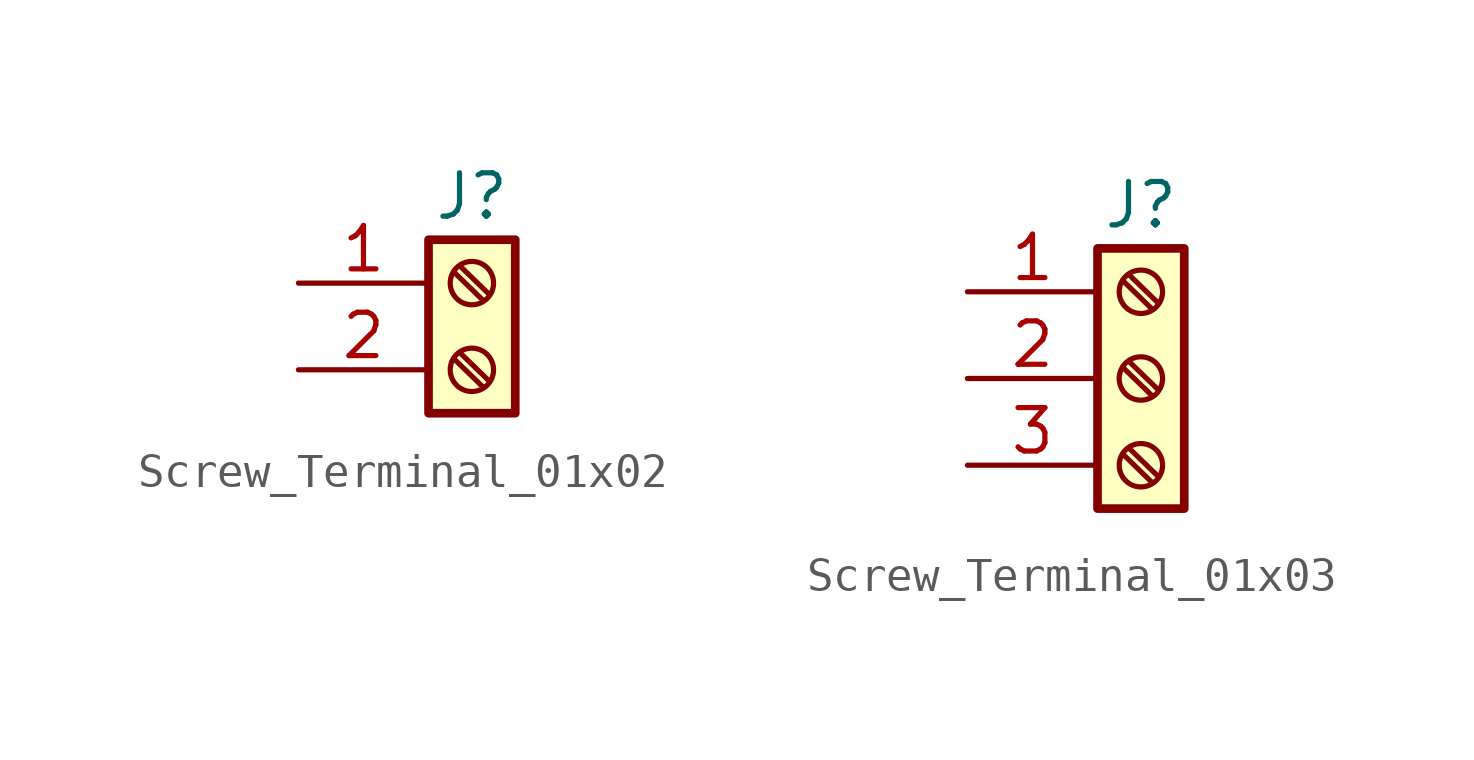
<source format=kicad_sym>
(kicad_symbol_lib
  (version 20211014)
  (generator kicad_symbol_editor)
  (symbol "Screw_Terminal_01x02"
    (pin_names
      (offset 1.016) hide)
    (property "Reference" "J"
      (at 0 2.54 0)
      (effects (font (size 1.27 1.27))))
    (symbol "Screw_Terminal_01x02_1_1"
      (rectangle (start -1.27 1.27) (end 1.27 -3.81) (stroke (width 0.254) (type default) (color 0 0 0 0)) (fill (type background)))
      (circle (center 0 -2.54) (radius 0.635) (stroke (width 0.152) (type default) (color 0 0 0 0)) (fill (type none)))
      (polyline (pts (xy -0.533 -2.21) (xy 0.33 -3.048)) (stroke (width 0.152) (type default) (color 0 0 0 0)) (fill (type none)))
      (polyline (pts (xy -0.533 0.33) (xy 0.33 -0.508)) (stroke (width 0.152) (type default) (color 0 0 0 0)) (fill (type none)))
      (polyline (pts (xy -0.356 -2.032) (xy 0.508 -2.87)) (stroke (width 0.152) (type default) (color 0 0 0 0)) (fill (type none)))
      (polyline (pts (xy -0.356 0.508) (xy 0.508 -0.33)) (stroke (width 0.152) (type default) (color 0 0 0 0)) (fill (type none)))
      (circle (center 0 0) (radius 0.635) (stroke (width 0.152) (type default) (color 0 0 0 0)) (fill (type none)))
      (pin passive line (at -5.08 0 0) (length 3.81) (name "Pin_1" (effects (font (size 1.27 1.27)))) (number "1" (effects (font (size 1.27 1.27)))))
      (pin passive line (at -5.08 -2.54 0) (length 3.81) (name "Pin_2" (effects (font (size 1.27 1.27)))) (number "2" (effects (font (size 1.27 1.27)))))))
  (symbol "Screw_Terminal_01x03"
    (pin_names
      (offset 1.016) hide)
    (property "Reference" "J"
      (at 0 5.08 0)
      (effects (font (size 1.27 1.27))))
    (symbol "Screw_Terminal_01x03_1_1"
      (rectangle (start -1.27 3.81) (end 1.27 -3.81) (stroke (width 0.254) (type default) (color 0 0 0 0)) (fill (type background)))
      (circle (center 0 -2.54) (radius 0.635) (stroke (width 0.152) (type default) (color 0 0 0 0)) (fill (type none)))
      (polyline (pts (xy -0.533 -2.21) (xy 0.33 -3.048)) (stroke (width 0.152) (type default) (color 0 0 0 0)) (fill (type none)))
      (polyline (pts (xy -0.533 0.33) (xy 0.33 -0.508)) (stroke (width 0.152) (type default) (color 0 0 0 0)) (fill (type none)))
      (polyline (pts (xy -0.533 2.87) (xy 0.33 2.032)) (stroke (width 0.152) (type default) (color 0 0 0 0)) (fill (type none)))
      (polyline (pts (xy -0.356 -2.032) (xy 0.508 -2.87)) (stroke (width 0.152) (type default) (color 0 0 0 0)) (fill (type none)))
      (polyline (pts (xy -0.356 0.508) (xy 0.508 -0.33)) (stroke (width 0.152) (type default) (color 0 0 0 0)) (fill (type none)))
      (polyline (pts (xy -0.356 3.048) (xy 0.508 2.21)) (stroke (width 0.152) (type default) (color 0 0 0 0)) (fill (type none)))
      (circle (center 0 0) (radius 0.635) (stroke (width 0.152) (type default) (color 0 0 0 0)) (fill (type none)))
      (circle (center 0 2.54) (radius 0.635) (stroke (width 0.152) (type default) (color 0 0 0 0)) (fill (type none)))
      (pin passive line (at -5.08 2.54 0) (length 3.81) (name "Pin_1" (effects (font (size 1.27 1.27)))) (number "1" (effects (font (size 1.27 1.27)))))
      (pin passive line (at -5.08 0 0) (length 3.81) (name "Pin_2" (effects (font (size 1.27 1.27)))) (number "2" (effects (font (size 1.27 1.27)))))
      (pin passive line (at -5.08 -2.54 0) (length 3.81) (name "Pin_3" (effects (font (size 1.27 1.27)))) (number "3" (effects (font (size 1.27 1.27))))))))
</source>
